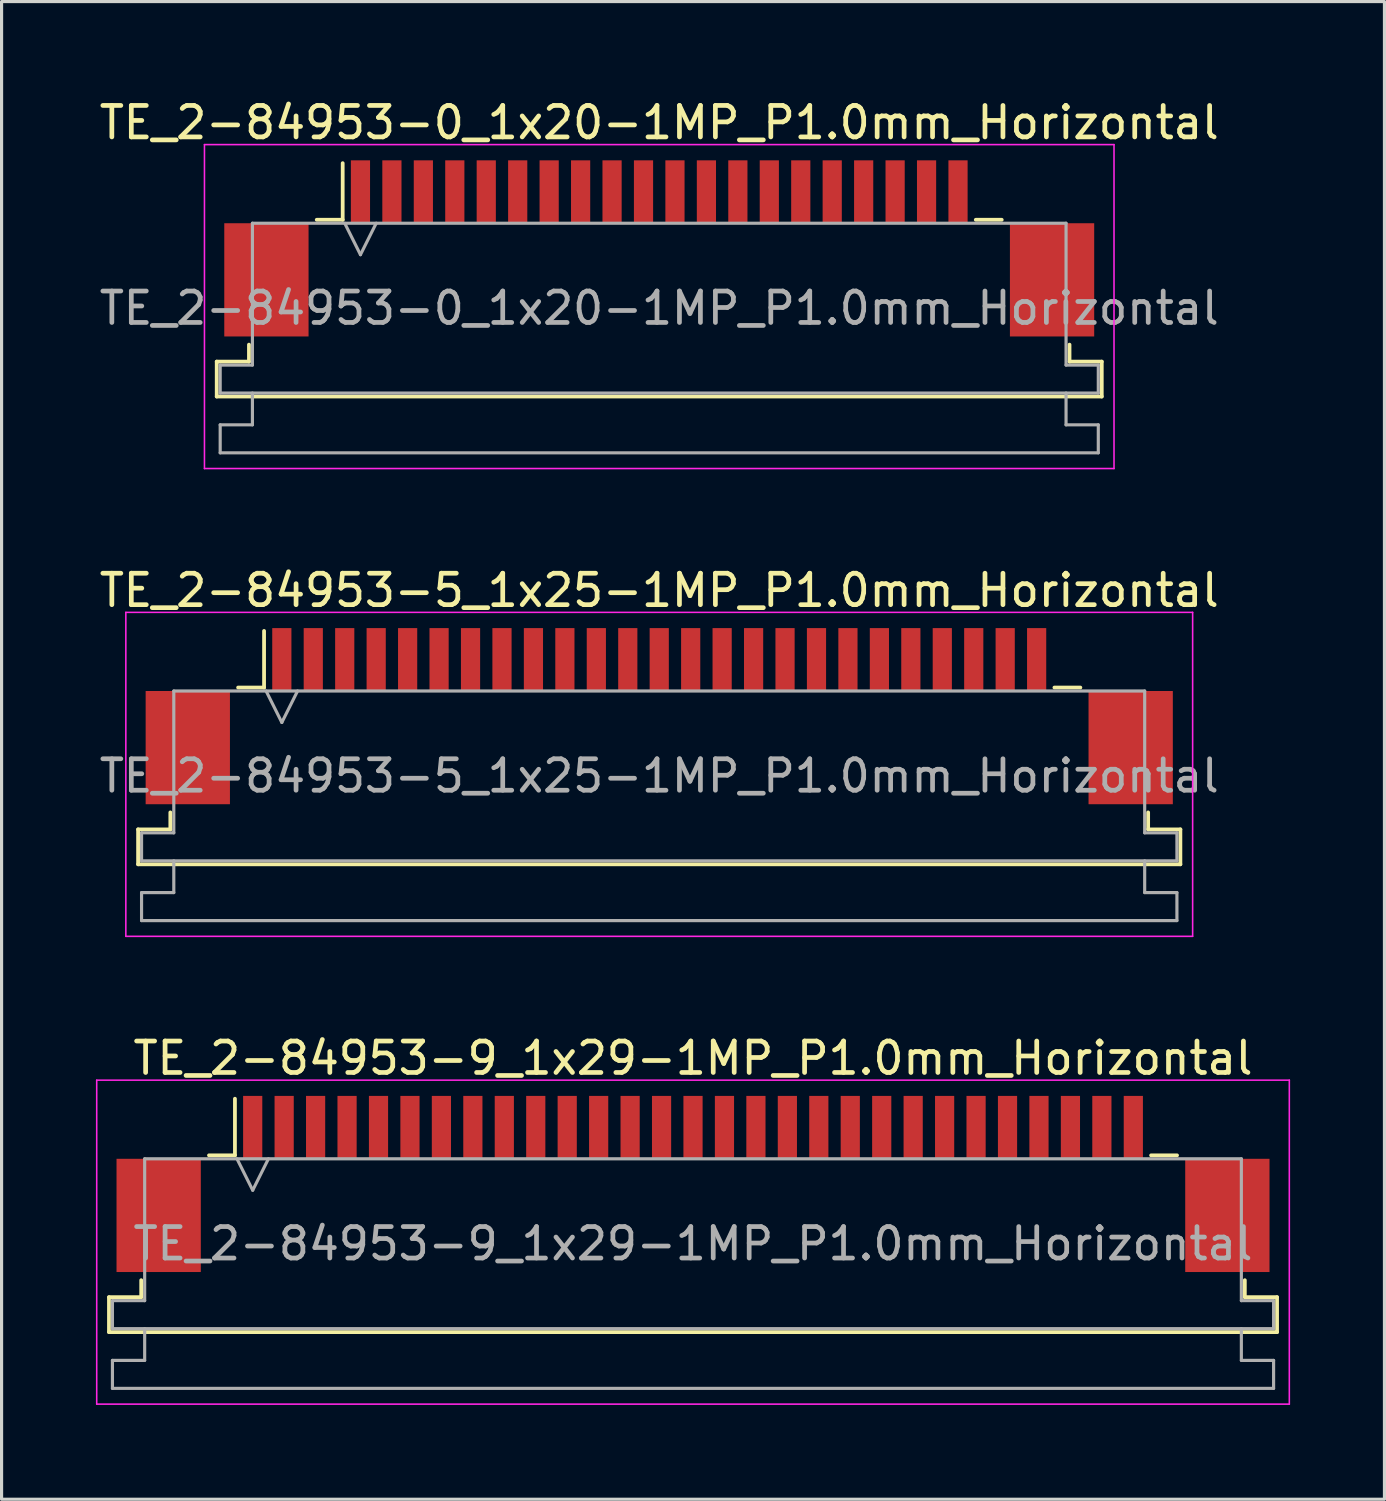
<source format=kicad_pcb>
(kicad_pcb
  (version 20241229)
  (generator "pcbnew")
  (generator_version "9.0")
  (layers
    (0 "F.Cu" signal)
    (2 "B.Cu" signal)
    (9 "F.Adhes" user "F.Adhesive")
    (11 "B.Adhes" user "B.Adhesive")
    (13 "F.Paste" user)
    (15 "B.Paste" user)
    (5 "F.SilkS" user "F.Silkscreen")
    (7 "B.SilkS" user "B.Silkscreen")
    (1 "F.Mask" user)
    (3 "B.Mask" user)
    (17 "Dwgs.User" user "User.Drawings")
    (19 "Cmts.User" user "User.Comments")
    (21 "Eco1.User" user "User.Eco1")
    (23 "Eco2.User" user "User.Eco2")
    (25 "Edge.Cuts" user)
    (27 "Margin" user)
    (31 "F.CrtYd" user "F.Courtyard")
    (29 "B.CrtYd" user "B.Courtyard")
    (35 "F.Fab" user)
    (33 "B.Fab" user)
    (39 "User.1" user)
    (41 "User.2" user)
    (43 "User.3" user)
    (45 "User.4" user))
  (footprint "TE_2-84953-0_1x20-1MP_P1.0mm_Horizontal"
    (layer "F.Cu")
    (at 17.911 4.848)
    (property "Reference" "TE_2-84953-0_1x20-1MP_P1.0mm_Horizontal" (at 0 -4 0) (layer "F.SilkS") (effects (font (size 1 1) (thickness 0.15))))
    (attr smd)
    (fp_line (start -14.07 3.6) (end -13.045 3.6) (stroke (width 0.12) (type solid)) (layer "F.SilkS"))
    (fp_line (start -14.07 4.71) (end -14.07 3.6) (stroke (width 0.12) (type solid)) (layer "F.SilkS"))
    (fp_line (start -13.045 3.6) (end -13.045 3.06) (stroke (width 0.12) (type solid)) (layer "F.SilkS"))
    (fp_line (start -10.89 -0.91) (end -10.065 -0.91) (stroke (width 0.12) (type solid)) (layer "F.SilkS"))
    (fp_line (start -10.065 -0.91) (end -10.065 -2.71) (stroke (width 0.12) (type solid)) (layer "F.SilkS"))
    (fp_line (start 10.065 -0.91) (end 10.89 -0.91) (stroke (width 0.12) (type solid)) (layer "F.SilkS"))
    (fp_line (start 13.045 3.06) (end 13.045 3.6) (stroke (width 0.12) (type solid)) (layer "F.SilkS"))
    (fp_line (start 13.045 3.6) (end 14.07 3.6) (stroke (width 0.12) (type solid)) (layer "F.SilkS"))
    (fp_line (start 14.07 3.6) (end 14.07 4.71) (stroke (width 0.12) (type solid)) (layer "F.SilkS"))
    (fp_line (start 14.07 4.71) (end -14.07 4.71) (stroke (width 0.12) (type solid)) (layer "F.SilkS"))
    (fp_line (start -14.46 -3.3) (end -14.46 7) (stroke (width 0.05) (type solid)) (layer "F.CrtYd"))
    (fp_line (start -14.46 7) (end 14.46 7) (stroke (width 0.05) (type solid)) (layer "F.CrtYd"))
    (fp_line (start 14.46 -3.3) (end -14.46 -3.3) (stroke (width 0.05) (type solid)) (layer "F.CrtYd"))
    (fp_line (start 14.46 7) (end 14.46 -3.3) (stroke (width 0.05) (type solid)) (layer "F.CrtYd"))
    (fp_line (start -13.96 3.71) (end -12.935 3.71) (stroke (width 0.1) (type solid)) (layer "F.Fab"))
    (fp_line (start -13.96 4.6) (end -13.96 3.71) (stroke (width 0.1) (type solid)) (layer "F.Fab"))
    (fp_line (start -13.96 5.61) (end -12.935 5.61) (stroke (width 0.1) (type solid)) (layer "F.Fab"))
    (fp_line (start -13.96 6.5) (end -13.96 5.61) (stroke (width 0.1) (type solid)) (layer "F.Fab"))
    (fp_line (start -12.935 -0.8) (end 12.935 -0.8) (stroke (width 0.1) (type solid)) (layer "F.Fab"))
    (fp_line (start -12.935 3.71) (end -12.935 -0.8) (stroke (width 0.1) (type solid)) (layer "F.Fab"))
    (fp_line (start -12.935 5.61) (end -12.935 4.6) (stroke (width 0.1) (type solid)) (layer "F.Fab"))
    (fp_line (start -10 -0.8) (end -9.5 0.2) (stroke (width 0.1) (type solid)) (layer "F.Fab"))
    (fp_line (start -9.5 0.2) (end -9 -0.8) (stroke (width 0.1) (type solid)) (layer "F.Fab"))
    (fp_line (start 12.935 -0.8) (end 12.935 3.71) (stroke (width 0.1) (type solid)) (layer "F.Fab"))
    (fp_line (start 12.935 3.71) (end 13.96 3.71) (stroke (width 0.1) (type solid)) (layer "F.Fab"))
    (fp_line (start 12.935 4.6) (end 12.935 5.61) (stroke (width 0.1) (type solid)) (layer "F.Fab"))
    (fp_line (start 12.935 5.61) (end 13.96 5.61) (stroke (width 0.1) (type solid)) (layer "F.Fab"))
    (fp_line (start 13.96 3.71) (end 13.96 4.6) (stroke (width 0.1) (type solid)) (layer "F.Fab"))
    (fp_line (start 13.96 4.6) (end -13.96 4.6) (stroke (width 0.1) (type solid)) (layer "F.Fab"))
    (fp_line (start 13.96 5.61) (end 13.96 6.5) (stroke (width 0.1) (type solid)) (layer "F.Fab"))
    (fp_line (start 13.96 6.5) (end -13.96 6.5) (stroke (width 0.1) (type solid)) (layer "F.Fab"))
    (fp_text user "${REFERENCE}" (at 0 1.9 0) (layer "F.Fab") (effects (font (size 1 1) (thickness 0.15))))
    (pad "1" smd rect (at -9.5 -1.8) (size 0.61 2) (layers "F.Cu" "F.Mask" "F.Paste"))
    (pad "2" smd rect (at -8.5 -1.8) (size 0.61 2) (layers "F.Cu" "F.Mask" "F.Paste"))
    (pad "3" smd rect (at -7.5 -1.8) (size 0.61 2) (layers "F.Cu" "F.Mask" "F.Paste"))
    (pad "4" smd rect (at -6.5 -1.8) (size 0.61 2) (layers "F.Cu" "F.Mask" "F.Paste"))
    (pad "5" smd rect (at -5.5 -1.8) (size 0.61 2) (layers "F.Cu" "F.Mask" "F.Paste"))
    (pad "6" smd rect (at -4.5 -1.8) (size 0.61 2) (layers "F.Cu" "F.Mask" "F.Paste"))
    (pad "7" smd rect (at -3.5 -1.8) (size 0.61 2) (layers "F.Cu" "F.Mask" "F.Paste"))
    (pad "8" smd rect (at -2.5 -1.8) (size 0.61 2) (layers "F.Cu" "F.Mask" "F.Paste"))
    (pad "9" smd rect (at -1.5 -1.8) (size 0.61 2) (layers "F.Cu" "F.Mask" "F.Paste"))
    (pad "10" smd rect (at -0.5 -1.8) (size 0.61 2) (layers "F.Cu" "F.Mask" "F.Paste"))
    (pad "11" smd rect (at 0.5 -1.8) (size 0.61 2) (layers "F.Cu" "F.Mask" "F.Paste"))
    (pad "12" smd rect (at 1.5 -1.8) (size 0.61 2) (layers "F.Cu" "F.Mask" "F.Paste"))
    (pad "13" smd rect (at 2.5 -1.8) (size 0.61 2) (layers "F.Cu" "F.Mask" "F.Paste"))
    (pad "14" smd rect (at 3.5 -1.8) (size 0.61 2) (layers "F.Cu" "F.Mask" "F.Paste"))
    (pad "15" smd rect (at 4.5 -1.8) (size 0.61 2) (layers "F.Cu" "F.Mask" "F.Paste"))
    (pad "16" smd rect (at 5.5 -1.8) (size 0.61 2) (layers "F.Cu" "F.Mask" "F.Paste"))
    (pad "17" smd rect (at 6.5 -1.8) (size 0.61 2) (layers "F.Cu" "F.Mask" "F.Paste"))
    (pad "18" smd rect (at 7.5 -1.8) (size 0.61 2) (layers "F.Cu" "F.Mask" "F.Paste"))
    (pad "19" smd rect (at 8.5 -1.8) (size 0.61 2) (layers "F.Cu" "F.Mask" "F.Paste"))
    (pad "20" smd rect (at 9.5 -1.8) (size 0.61 2) (layers "F.Cu" "F.Mask" "F.Paste"))
    (pad "MP" smd rect (at -12.49 1) (size 2.68 3.6) (layers "F.Cu" "F.Mask" "F.Paste"))
    (pad "MP" smd rect (at 12.49 1) (size 2.68 3.6) (layers "F.Cu" "F.Mask" "F.Paste")))
  (footprint "TE_2-84953-9_1x29-1MP_P1.0mm_Horizontal"
    (layer "F.Cu")
    (at 18.985 34.595)
    (property "Reference" "TE_2-84953-9_1x29-1MP_P1.0mm_Horizontal" (at 0 -4 0) (layer "F.SilkS") (effects (font (size 1 1) (thickness 0.15))))
    (attr smd)
    (fp_line (start -18.57 3.6) (end -17.545 3.6) (stroke (width 0.12) (type solid)) (layer "F.SilkS"))
    (fp_line (start -18.57 4.71) (end -18.57 3.6) (stroke (width 0.12) (type solid)) (layer "F.SilkS"))
    (fp_line (start -17.545 3.6) (end -17.545 3.06) (stroke (width 0.12) (type solid)) (layer "F.SilkS"))
    (fp_line (start -15.39 -0.91) (end -14.565 -0.91) (stroke (width 0.12) (type solid)) (layer "F.SilkS"))
    (fp_line (start -14.565 -0.91) (end -14.565 -2.71) (stroke (width 0.12) (type solid)) (layer "F.SilkS"))
    (fp_line (start 14.565 -0.91) (end 15.39 -0.91) (stroke (width 0.12) (type solid)) (layer "F.SilkS"))
    (fp_line (start 17.545 3.06) (end 17.545 3.6) (stroke (width 0.12) (type solid)) (layer "F.SilkS"))
    (fp_line (start 17.545 3.6) (end 18.57 3.6) (stroke (width 0.12) (type solid)) (layer "F.SilkS"))
    (fp_line (start 18.57 3.6) (end 18.57 4.71) (stroke (width 0.12) (type solid)) (layer "F.SilkS"))
    (fp_line (start 18.57 4.71) (end -18.57 4.71) (stroke (width 0.12) (type solid)) (layer "F.SilkS"))
    (fp_line (start -18.96 -3.3) (end -18.96 7) (stroke (width 0.05) (type solid)) (layer "F.CrtYd"))
    (fp_line (start -18.96 7) (end 18.96 7) (stroke (width 0.05) (type solid)) (layer "F.CrtYd"))
    (fp_line (start 18.96 -3.3) (end -18.96 -3.3) (stroke (width 0.05) (type solid)) (layer "F.CrtYd"))
    (fp_line (start 18.96 7) (end 18.96 -3.3) (stroke (width 0.05) (type solid)) (layer "F.CrtYd"))
    (fp_line (start -18.46 3.71) (end -17.435 3.71) (stroke (width 0.1) (type solid)) (layer "F.Fab"))
    (fp_line (start -18.46 4.6) (end -18.46 3.71) (stroke (width 0.1) (type solid)) (layer "F.Fab"))
    (fp_line (start -18.46 5.61) (end -17.435 5.61) (stroke (width 0.1) (type solid)) (layer "F.Fab"))
    (fp_line (start -18.46 6.5) (end -18.46 5.61) (stroke (width 0.1) (type solid)) (layer "F.Fab"))
    (fp_line (start -17.435 -0.8) (end 17.435 -0.8) (stroke (width 0.1) (type solid)) (layer "F.Fab"))
    (fp_line (start -17.435 3.71) (end -17.435 -0.8) (stroke (width 0.1) (type solid)) (layer "F.Fab"))
    (fp_line (start -17.435 5.61) (end -17.435 4.6) (stroke (width 0.1) (type solid)) (layer "F.Fab"))
    (fp_line (start -14.5 -0.8) (end -14 0.2) (stroke (width 0.1) (type solid)) (layer "F.Fab"))
    (fp_line (start -14 0.2) (end -13.5 -0.8) (stroke (width 0.1) (type solid)) (layer "F.Fab"))
    (fp_line (start 17.435 -0.8) (end 17.435 3.71) (stroke (width 0.1) (type solid)) (layer "F.Fab"))
    (fp_line (start 17.435 3.71) (end 18.46 3.71) (stroke (width 0.1) (type solid)) (layer "F.Fab"))
    (fp_line (start 17.435 4.6) (end 17.435 5.61) (stroke (width 0.1) (type solid)) (layer "F.Fab"))
    (fp_line (start 17.435 5.61) (end 18.46 5.61) (stroke (width 0.1) (type solid)) (layer "F.Fab"))
    (fp_line (start 18.46 3.71) (end 18.46 4.6) (stroke (width 0.1) (type solid)) (layer "F.Fab"))
    (fp_line (start 18.46 4.6) (end -18.46 4.6) (stroke (width 0.1) (type solid)) (layer "F.Fab"))
    (fp_line (start 18.46 5.61) (end 18.46 6.5) (stroke (width 0.1) (type solid)) (layer "F.Fab"))
    (fp_line (start 18.46 6.5) (end -18.46 6.5) (stroke (width 0.1) (type solid)) (layer "F.Fab"))
    (fp_text user "${REFERENCE}" (at 0 1.9 0) (layer "F.Fab") (effects (font (size 1 1) (thickness 0.15))))
    (pad "1" smd rect (at -14 -1.8) (size 0.61 2) (layers "F.Cu" "F.Mask" "F.Paste"))
    (pad "2" smd rect (at -13 -1.8) (size 0.61 2) (layers "F.Cu" "F.Mask" "F.Paste"))
    (pad "3" smd rect (at -12 -1.8) (size 0.61 2) (layers "F.Cu" "F.Mask" "F.Paste"))
    (pad "4" smd rect (at -11 -1.8) (size 0.61 2) (layers "F.Cu" "F.Mask" "F.Paste"))
    (pad "5" smd rect (at -10 -1.8) (size 0.61 2) (layers "F.Cu" "F.Mask" "F.Paste"))
    (pad "6" smd rect (at -9 -1.8) (size 0.61 2) (layers "F.Cu" "F.Mask" "F.Paste"))
    (pad "7" smd rect (at -8 -1.8) (size 0.61 2) (layers "F.Cu" "F.Mask" "F.Paste"))
    (pad "8" smd rect (at -7 -1.8) (size 0.61 2) (layers "F.Cu" "F.Mask" "F.Paste"))
    (pad "9" smd rect (at -6 -1.8) (size 0.61 2) (layers "F.Cu" "F.Mask" "F.Paste"))
    (pad "10" smd rect (at -5 -1.8) (size 0.61 2) (layers "F.Cu" "F.Mask" "F.Paste"))
    (pad "11" smd rect (at -4 -1.8) (size 0.61 2) (layers "F.Cu" "F.Mask" "F.Paste"))
    (pad "12" smd rect (at -3 -1.8) (size 0.61 2) (layers "F.Cu" "F.Mask" "F.Paste"))
    (pad "13" smd rect (at -2 -1.8) (size 0.61 2) (layers "F.Cu" "F.Mask" "F.Paste"))
    (pad "14" smd rect (at -1 -1.8) (size 0.61 2) (layers "F.Cu" "F.Mask" "F.Paste"))
    (pad "15" smd rect (at 0 -1.8) (size 0.61 2) (layers "F.Cu" "F.Mask" "F.Paste"))
    (pad "16" smd rect (at 1 -1.8) (size 0.61 2) (layers "F.Cu" "F.Mask" "F.Paste"))
    (pad "17" smd rect (at 2 -1.8) (size 0.61 2) (layers "F.Cu" "F.Mask" "F.Paste"))
    (pad "18" smd rect (at 3 -1.8) (size 0.61 2) (layers "F.Cu" "F.Mask" "F.Paste"))
    (pad "19" smd rect (at 4 -1.8) (size 0.61 2) (layers "F.Cu" "F.Mask" "F.Paste"))
    (pad "20" smd rect (at 5 -1.8) (size 0.61 2) (layers "F.Cu" "F.Mask" "F.Paste"))
    (pad "21" smd rect (at 6 -1.8) (size 0.61 2) (layers "F.Cu" "F.Mask" "F.Paste"))
    (pad "22" smd rect (at 7 -1.8) (size 0.61 2) (layers "F.Cu" "F.Mask" "F.Paste"))
    (pad "23" smd rect (at 8 -1.8) (size 0.61 2) (layers "F.Cu" "F.Mask" "F.Paste"))
    (pad "24" smd rect (at 9 -1.8) (size 0.61 2) (layers "F.Cu" "F.Mask" "F.Paste"))
    (pad "25" smd rect (at 10 -1.8) (size 0.61 2) (layers "F.Cu" "F.Mask" "F.Paste"))
    (pad "26" smd rect (at 11 -1.8) (size 0.61 2) (layers "F.Cu" "F.Mask" "F.Paste"))
    (pad "27" smd rect (at 12 -1.8) (size 0.61 2) (layers "F.Cu" "F.Mask" "F.Paste"))
    (pad "28" smd rect (at 13 -1.8) (size 0.61 2) (layers "F.Cu" "F.Mask" "F.Paste"))
    (pad "29" smd rect (at 14 -1.8) (size 0.61 2) (layers "F.Cu" "F.Mask" "F.Paste"))
    (pad "MP" smd rect (at -16.99 1) (size 2.68 3.6) (layers "F.Cu" "F.Mask" "F.Paste"))
    (pad "MP" smd rect (at 16.99 1) (size 2.68 3.6) (layers "F.Cu" "F.Mask" "F.Paste")))
  (footprint "TE_2-84953-5_1x25-1MP_P1.0mm_Horizontal"
    (layer "F.Cu")
    (at 17.911 19.721)
    (property "Reference" "TE_2-84953-5_1x25-1MP_P1.0mm_Horizontal" (at 0 -4 0) (layer "F.SilkS") (effects (font (size 1 1) (thickness 0.15))))
    (attr smd)
    (fp_line (start -16.57 3.6) (end -15.545 3.6) (stroke (width 0.12) (type solid)) (layer "F.SilkS"))
    (fp_line (start -16.57 4.71) (end -16.57 3.6) (stroke (width 0.12) (type solid)) (layer "F.SilkS"))
    (fp_line (start -15.545 3.6) (end -15.545 3.06) (stroke (width 0.12) (type solid)) (layer "F.SilkS"))
    (fp_line (start -13.39 -0.91) (end -12.565 -0.91) (stroke (width 0.12) (type solid)) (layer "F.SilkS"))
    (fp_line (start -12.565 -0.91) (end -12.565 -2.71) (stroke (width 0.12) (type solid)) (layer "F.SilkS"))
    (fp_line (start 12.565 -0.91) (end 13.39 -0.91) (stroke (width 0.12) (type solid)) (layer "F.SilkS"))
    (fp_line (start 15.545 3.06) (end 15.545 3.6) (stroke (width 0.12) (type solid)) (layer "F.SilkS"))
    (fp_line (start 15.545 3.6) (end 16.57 3.6) (stroke (width 0.12) (type solid)) (layer "F.SilkS"))
    (fp_line (start 16.57 3.6) (end 16.57 4.71) (stroke (width 0.12) (type solid)) (layer "F.SilkS"))
    (fp_line (start 16.57 4.71) (end -16.57 4.71) (stroke (width 0.12) (type solid)) (layer "F.SilkS"))
    (fp_line (start -16.96 -3.3) (end -16.96 7) (stroke (width 0.05) (type solid)) (layer "F.CrtYd"))
    (fp_line (start -16.96 7) (end 16.96 7) (stroke (width 0.05) (type solid)) (layer "F.CrtYd"))
    (fp_line (start 16.96 -3.3) (end -16.96 -3.3) (stroke (width 0.05) (type solid)) (layer "F.CrtYd"))
    (fp_line (start 16.96 7) (end 16.96 -3.3) (stroke (width 0.05) (type solid)) (layer "F.CrtYd"))
    (fp_line (start -16.46 3.71) (end -15.435 3.71) (stroke (width 0.1) (type solid)) (layer "F.Fab"))
    (fp_line (start -16.46 4.6) (end -16.46 3.71) (stroke (width 0.1) (type solid)) (layer "F.Fab"))
    (fp_line (start -16.46 5.61) (end -15.435 5.61) (stroke (width 0.1) (type solid)) (layer "F.Fab"))
    (fp_line (start -16.46 6.5) (end -16.46 5.61) (stroke (width 0.1) (type solid)) (layer "F.Fab"))
    (fp_line (start -15.435 -0.8) (end 15.435 -0.8) (stroke (width 0.1) (type solid)) (layer "F.Fab"))
    (fp_line (start -15.435 3.71) (end -15.435 -0.8) (stroke (width 0.1) (type solid)) (layer "F.Fab"))
    (fp_line (start -15.435 5.61) (end -15.435 4.6) (stroke (width 0.1) (type solid)) (layer "F.Fab"))
    (fp_line (start -12.5 -0.8) (end -12 0.2) (stroke (width 0.1) (type solid)) (layer "F.Fab"))
    (fp_line (start -12 0.2) (end -11.5 -0.8) (stroke (width 0.1) (type solid)) (layer "F.Fab"))
    (fp_line (start 15.435 -0.8) (end 15.435 3.71) (stroke (width 0.1) (type solid)) (layer "F.Fab"))
    (fp_line (start 15.435 3.71) (end 16.46 3.71) (stroke (width 0.1) (type solid)) (layer "F.Fab"))
    (fp_line (start 15.435 4.6) (end 15.435 5.61) (stroke (width 0.1) (type solid)) (layer "F.Fab"))
    (fp_line (start 15.435 5.61) (end 16.46 5.61) (stroke (width 0.1) (type solid)) (layer "F.Fab"))
    (fp_line (start 16.46 3.71) (end 16.46 4.6) (stroke (width 0.1) (type solid)) (layer "F.Fab"))
    (fp_line (start 16.46 4.6) (end -16.46 4.6) (stroke (width 0.1) (type solid)) (layer "F.Fab"))
    (fp_line (start 16.46 5.61) (end 16.46 6.5) (stroke (width 0.1) (type solid)) (layer "F.Fab"))
    (fp_line (start 16.46 6.5) (end -16.46 6.5) (stroke (width 0.1) (type solid)) (layer "F.Fab"))
    (fp_text user "${REFERENCE}" (at 0 1.9 0) (layer "F.Fab") (effects (font (size 1 1) (thickness 0.15))))
    (pad "1" smd rect (at -12 -1.8) (size 0.61 2) (layers "F.Cu" "F.Mask" "F.Paste"))
    (pad "2" smd rect (at -11 -1.8) (size 0.61 2) (layers "F.Cu" "F.Mask" "F.Paste"))
    (pad "3" smd rect (at -10 -1.8) (size 0.61 2) (layers "F.Cu" "F.Mask" "F.Paste"))
    (pad "4" smd rect (at -9 -1.8) (size 0.61 2) (layers "F.Cu" "F.Mask" "F.Paste"))
    (pad "5" smd rect (at -8 -1.8) (size 0.61 2) (layers "F.Cu" "F.Mask" "F.Paste"))
    (pad "6" smd rect (at -7 -1.8) (size 0.61 2) (layers "F.Cu" "F.Mask" "F.Paste"))
    (pad "7" smd rect (at -6 -1.8) (size 0.61 2) (layers "F.Cu" "F.Mask" "F.Paste"))
    (pad "8" smd rect (at -5 -1.8) (size 0.61 2) (layers "F.Cu" "F.Mask" "F.Paste"))
    (pad "9" smd rect (at -4 -1.8) (size 0.61 2) (layers "F.Cu" "F.Mask" "F.Paste"))
    (pad "10" smd rect (at -3 -1.8) (size 0.61 2) (layers "F.Cu" "F.Mask" "F.Paste"))
    (pad "11" smd rect (at -2 -1.8) (size 0.61 2) (layers "F.Cu" "F.Mask" "F.Paste"))
    (pad "12" smd rect (at -1 -1.8) (size 0.61 2) (layers "F.Cu" "F.Mask" "F.Paste"))
    (pad "13" smd rect (at 0 -1.8) (size 0.61 2) (layers "F.Cu" "F.Mask" "F.Paste"))
    (pad "14" smd rect (at 1 -1.8) (size 0.61 2) (layers "F.Cu" "F.Mask" "F.Paste"))
    (pad "15" smd rect (at 2 -1.8) (size 0.61 2) (layers "F.Cu" "F.Mask" "F.Paste"))
    (pad "16" smd rect (at 3 -1.8) (size 0.61 2) (layers "F.Cu" "F.Mask" "F.Paste"))
    (pad "17" smd rect (at 4 -1.8) (size 0.61 2) (layers "F.Cu" "F.Mask" "F.Paste"))
    (pad "18" smd rect (at 5 -1.8) (size 0.61 2) (layers "F.Cu" "F.Mask" "F.Paste"))
    (pad "19" smd rect (at 6 -1.8) (size 0.61 2) (layers "F.Cu" "F.Mask" "F.Paste"))
    (pad "20" smd rect (at 7 -1.8) (size 0.61 2) (layers "F.Cu" "F.Mask" "F.Paste"))
    (pad "21" smd rect (at 8 -1.8) (size 0.61 2) (layers "F.Cu" "F.Mask" "F.Paste"))
    (pad "22" smd rect (at 9 -1.8) (size 0.61 2) (layers "F.Cu" "F.Mask" "F.Paste"))
    (pad "23" smd rect (at 10 -1.8) (size 0.61 2) (layers "F.Cu" "F.Mask" "F.Paste"))
    (pad "24" smd rect (at 11 -1.8) (size 0.61 2) (layers "F.Cu" "F.Mask" "F.Paste"))
    (pad "25" smd rect (at 12 -1.8) (size 0.61 2) (layers "F.Cu" "F.Mask" "F.Paste"))
    (pad "MP" smd rect (at -14.99 1) (size 2.68 3.6) (layers "F.Cu" "F.Mask" "F.Paste"))
    (pad "MP" smd rect (at 14.99 1) (size 2.68 3.6) (layers "F.Cu" "F.Mask" "F.Paste")))
  (gr_rect
    (start -3 -3)
    (end 40.97 44.62)
    (stroke (width 0.1) (type default))
    (fill no)
    (layer "Edge.Cuts")))
</source>
